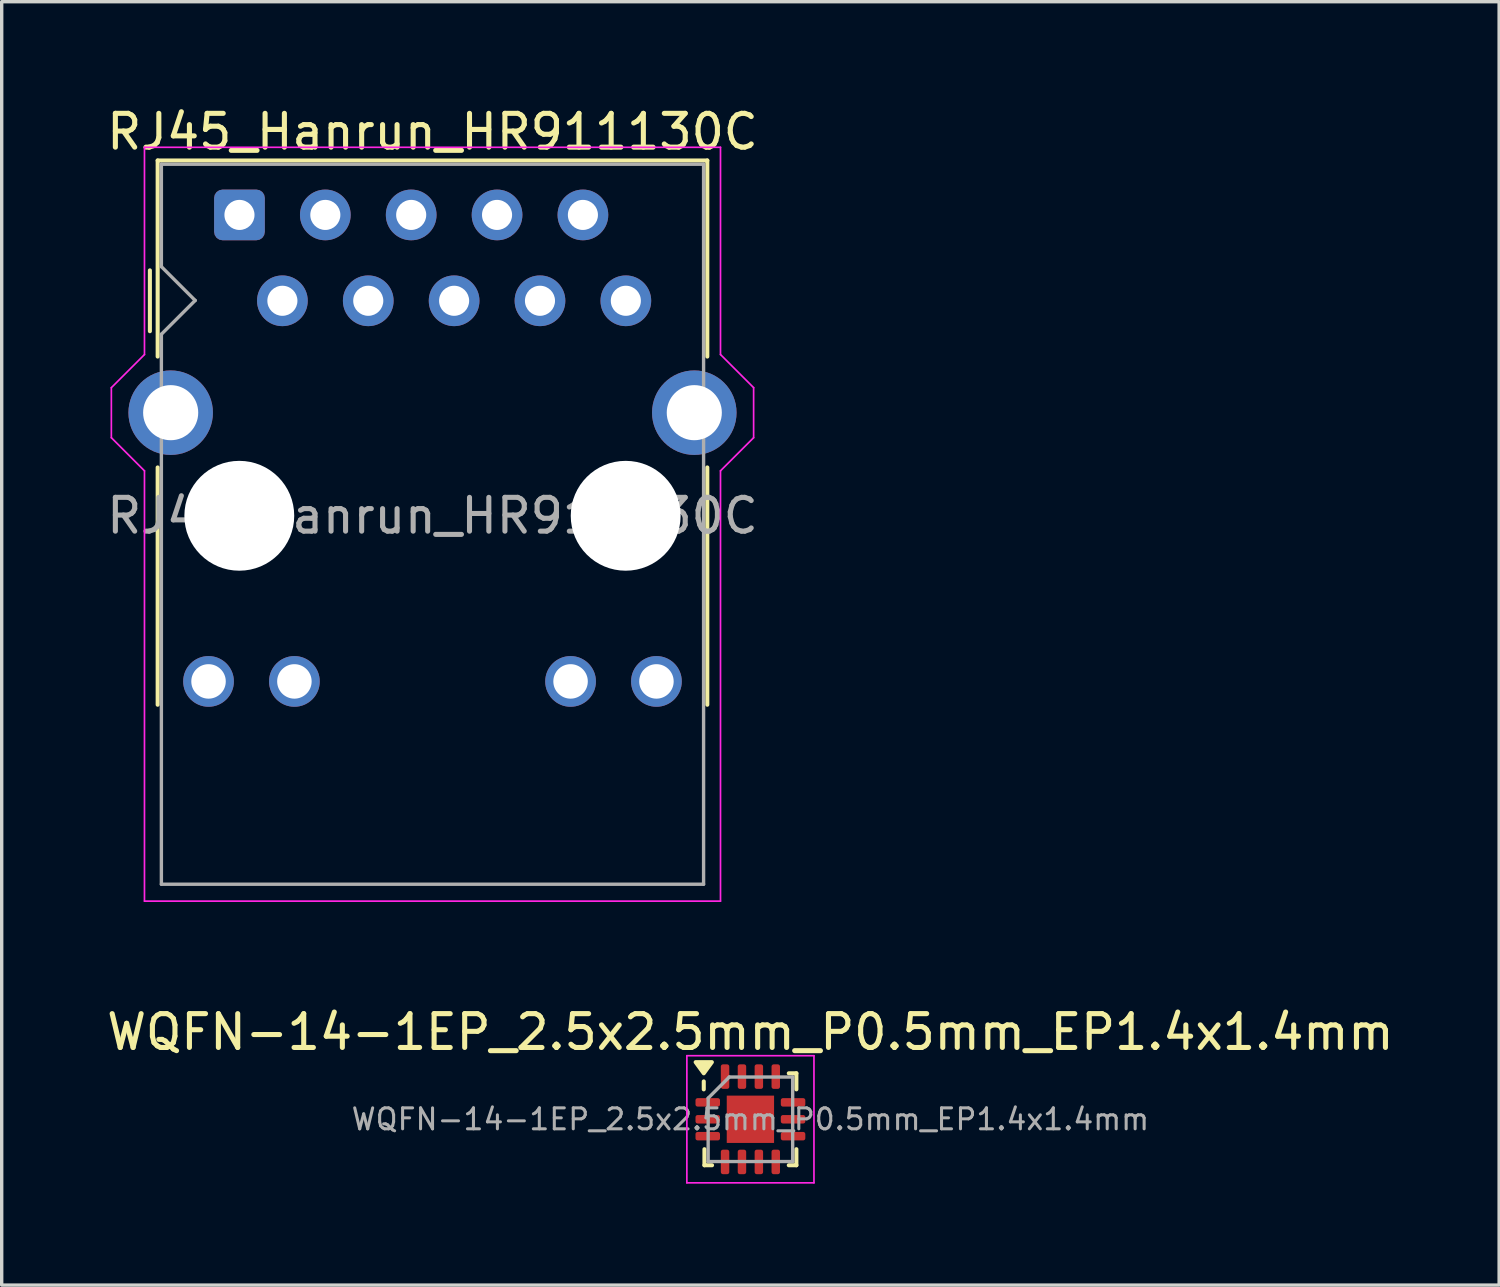
<source format=kicad_pcb>
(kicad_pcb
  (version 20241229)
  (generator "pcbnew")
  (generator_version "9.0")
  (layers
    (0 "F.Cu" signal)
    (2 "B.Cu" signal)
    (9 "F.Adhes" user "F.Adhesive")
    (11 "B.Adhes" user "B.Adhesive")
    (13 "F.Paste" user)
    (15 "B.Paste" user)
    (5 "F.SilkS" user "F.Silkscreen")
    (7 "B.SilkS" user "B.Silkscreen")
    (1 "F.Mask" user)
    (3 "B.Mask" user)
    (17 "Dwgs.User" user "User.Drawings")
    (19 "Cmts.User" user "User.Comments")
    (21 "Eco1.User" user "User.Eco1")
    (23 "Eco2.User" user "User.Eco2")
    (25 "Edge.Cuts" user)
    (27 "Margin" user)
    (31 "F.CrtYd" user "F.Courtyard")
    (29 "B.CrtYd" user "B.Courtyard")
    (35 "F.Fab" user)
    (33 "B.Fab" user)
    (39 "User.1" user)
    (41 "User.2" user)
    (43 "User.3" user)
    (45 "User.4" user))
  (footprint "RJ45_Hanrun_HR911130C"
    (layer "F.Cu")
    (at 5.304 5.848)
    (property "Reference" "RJ45_Hanrun_HR911130C" (at 4.44 -5 0) (layer "F.SilkS") (effects (font (size 1 1) (thickness 0.15))))
    (attr through_hole)
    (fp_line (start -3.92 -0.9) (end -3.92 0.9) (stroke (width 0.12) (type default)) (layer "F.SilkS"))
    (fp_line (start -3.69 -4.15) (end -3.69 1.65) (stroke (width 0.12) (type solid)) (layer "F.SilkS"))
    (fp_line (start -3.69 -4.15) (end 12.57 -4.15) (stroke (width 0.12) (type solid)) (layer "F.SilkS"))
    (fp_line (start -3.69 4.93) (end -3.69 11.95) (stroke (width 0.12) (type solid)) (layer "F.SilkS"))
    (fp_line (start 12.57 -4.15) (end 12.57 1.65) (stroke (width 0.12) (type solid)) (layer "F.SilkS"))
    (fp_line (start 12.57 4.93) (end 12.57 11.95) (stroke (width 0.12) (type solid)) (layer "F.SilkS"))
    (fp_line (start -5.06 2.57) (end -5.06 4.05) (stroke (width 0.05) (type solid)) (layer "F.CrtYd"))
    (fp_line (start -5.06 2.57) (end -4.08 1.59) (stroke (width 0.05) (type solid)) (layer "F.CrtYd"))
    (fp_line (start -5.06 4.05) (end -4.08 5.03) (stroke (width 0.05) (type solid)) (layer "F.CrtYd"))
    (fp_line (start -4.08 -4.54) (end -4.08 1.59) (stroke (width 0.05) (type solid)) (layer "F.CrtYd"))
    (fp_line (start -4.08 -4.54) (end 12.96 -4.54) (stroke (width 0.05) (type solid)) (layer "F.CrtYd"))
    (fp_line (start -4.08 5.03) (end -4.08 17.76) (stroke (width 0.05) (type solid)) (layer "F.CrtYd"))
    (fp_line (start -4.08 17.76) (end 12.96 17.76) (stroke (width 0.05) (type solid)) (layer "F.CrtYd"))
    (fp_line (start 12.96 -4.54) (end 12.96 1.59) (stroke (width 0.05) (type solid)) (layer "F.CrtYd"))
    (fp_line (start 12.96 5.03) (end 12.96 17.76) (stroke (width 0.05) (type solid)) (layer "F.CrtYd"))
    (fp_line (start 13.94 2.57) (end 12.96 1.59) (stroke (width 0.05) (type solid)) (layer "F.CrtYd"))
    (fp_line (start 13.94 4.05) (end 12.96 5.03) (stroke (width 0.05) (type solid)) (layer "F.CrtYd"))
    (fp_line (start 13.94 4.05) (end 13.94 2.57) (stroke (width 0.05) (type solid)) (layer "F.CrtYd"))
    (fp_line (start -3.58 -4.04) (end -3.58 -1.01) (stroke (width 0.1) (type solid)) (layer "F.Fab"))
    (fp_line (start -3.58 -4.04) (end 12.46 -4.04) (stroke (width 0.1) (type solid)) (layer "F.Fab"))
    (fp_line (start -3.58 0.99) (end -3.58 17.26) (stroke (width 0.1) (type solid)) (layer "F.Fab"))
    (fp_line (start -3.58 17.26) (end 12.46 17.26) (stroke (width 0.1) (type solid)) (layer "F.Fab"))
    (fp_line (start -2.58 -0.01) (end -3.58 -1.01) (stroke (width 0.1) (type solid)) (layer "F.Fab"))
    (fp_line (start -2.58 -0.01) (end -3.58 0.99) (stroke (width 0.1) (type solid)) (layer "F.Fab"))
    (fp_line (start 12.46 -4.04) (end 12.46 17.26) (stroke (width 0.1) (type solid)) (layer "F.Fab"))
    (fp_text user "${REFERENCE}" (at 4.44 6.36 0) (layer "F.Fab") (effects (font (size 1 1) (thickness 0.15))))
    (pad "" np_thru_hole circle (at -1.275 6.36) (size 3.25 3.25) (drill 3.25) (layers "*.Cu" "*.Mask"))
    (pad "" np_thru_hole circle (at 10.155 6.36) (size 3.25 3.25) (drill 3.25) (layers "*.Cu" "*.Mask"))
    (pad "1" thru_hole roundrect (at -1.27 -2.54) (size 1.5 1.5) (drill 0.89) (layers "*.Cu" "*.Mask") (roundrect_rratio 0.167))
    (pad "2" thru_hole circle (at 0 0) (size 1.5 1.5) (drill 0.89) (layers "*.Cu" "*.Mask"))
    (pad "3" thru_hole circle (at 1.27 -2.54) (size 1.5 1.5) (drill 0.89) (layers "*.Cu" "*.Mask"))
    (pad "4" thru_hole circle (at 2.54 0) (size 1.5 1.5) (drill 0.89) (layers "*.Cu" "*.Mask"))
    (pad "5" thru_hole circle (at 3.81 -2.54) (size 1.5 1.5) (drill 0.89) (layers "*.Cu" "*.Mask"))
    (pad "6" thru_hole circle (at 5.08 0) (size 1.5 1.5) (drill 0.89) (layers "*.Cu" "*.Mask"))
    (pad "7" thru_hole circle (at 6.35 -2.54) (size 1.5 1.5) (drill 0.89) (layers "*.Cu" "*.Mask"))
    (pad "8" thru_hole circle (at 7.62 0) (size 1.5 1.5) (drill 0.89) (layers "*.Cu" "*.Mask"))
    (pad "9" thru_hole circle (at 8.89 -2.54) (size 1.5 1.5) (drill 0.89) (layers "*.Cu" "*.Mask"))
    (pad "10" thru_hole circle (at 10.16 0) (size 1.5 1.5) (drill 0.89) (layers "*.Cu" "*.Mask"))
    (pad "11" thru_hole circle (at -2.185 11.26) (size 1.5 1.5) (drill 1.02) (layers "*.Cu" "*.Mask"))
    (pad "12" thru_hole circle (at 0.355 11.26) (size 1.5 1.5) (drill 1.02) (layers "*.Cu" "*.Mask"))
    (pad "13" thru_hole circle (at 8.525 11.26) (size 1.5 1.5) (drill 1.02) (layers "*.Cu" "*.Mask"))
    (pad "14" thru_hole circle (at 11.065 11.26) (size 1.5 1.5) (drill 1.02) (layers "*.Cu" "*.Mask"))
    (pad "SH" thru_hole circle (at -3.305 3.31) (size 2.5 2.5) (drill 1.63) (layers "*.Cu" "*.Mask"))
    (pad "SH" thru_hole circle (at 12.185 3.31) (size 2.5 2.5) (drill 1.63) (layers "*.Cu" "*.Mask")))
  (footprint "WQFN-14-1EP_2.5x2.5mm_P0.5mm_EP1.4x1.4mm"
    (layer "F.Cu")
    (at 19.149 30.061)
    (property "Reference" "WQFN-14-1EP_2.5x2.5mm_P0.5mm_EP1.4x1.4mm" (at 0 -2.58 0) (layer "F.SilkS") (effects (font (size 1 1) (thickness 0.15))))
    (attr smd)
    (fp_line (start -1.38 -0.885) (end -1.38 -1.12) (stroke (width 0.12) (type solid)) (layer "F.SilkS"))
    (fp_line (start -1.36 1.36) (end -1.36 0.885) (stroke (width 0.12) (type solid)) (layer "F.SilkS"))
    (fp_line (start -1.135 1.36) (end -1.36 1.36) (stroke (width 0.12) (type solid)) (layer "F.SilkS"))
    (fp_line (start 1.135 -1.36) (end 1.36 -1.36) (stroke (width 0.12) (type solid)) (layer "F.SilkS"))
    (fp_line (start 1.135 1.36) (end 1.36 1.36) (stroke (width 0.12) (type solid)) (layer "F.SilkS"))
    (fp_line (start 1.36 -1.36) (end 1.36 -0.885) (stroke (width 0.12) (type solid)) (layer "F.SilkS"))
    (fp_line (start 1.36 1.36) (end 1.36 0.885) (stroke (width 0.12) (type solid)) (layer "F.SilkS"))
    (fp_poly (pts (xy -1.38 -1.36) (xy -1.62 -1.69) (xy -1.14 -1.69) (xy -1.38 -1.36)) (stroke (width 0.12) (type solid)) (fill yes) (layer "F.SilkS"))
    (fp_line (start -1.88 -1.88) (end -1.88 1.88) (stroke (width 0.05) (type solid)) (layer "F.CrtYd"))
    (fp_line (start -1.88 1.88) (end 1.88 1.88) (stroke (width 0.05) (type solid)) (layer "F.CrtYd"))
    (fp_line (start 1.88 -1.88) (end -1.88 -1.88) (stroke (width 0.05) (type solid)) (layer "F.CrtYd"))
    (fp_line (start 1.88 1.88) (end 1.88 -1.88) (stroke (width 0.05) (type solid)) (layer "F.CrtYd"))
    (fp_line (start -1.25 -0.625) (end -0.625 -1.25) (stroke (width 0.1) (type solid)) (layer "F.Fab"))
    (fp_line (start -1.25 1.25) (end -1.25 -0.625) (stroke (width 0.1) (type solid)) (layer "F.Fab"))
    (fp_line (start -0.625 -1.25) (end 1.25 -1.25) (stroke (width 0.1) (type solid)) (layer "F.Fab"))
    (fp_line (start 1.25 -1.25) (end 1.25 1.25) (stroke (width 0.1) (type solid)) (layer "F.Fab"))
    (fp_line (start 1.25 1.25) (end -1.25 1.25) (stroke (width 0.1) (type solid)) (layer "F.Fab"))
    (fp_text user "${REFERENCE}" (at 0 0 0) (layer "F.Fab") (effects (font (size 0.62 0.62) (thickness 0.09))))
    (pad "" smd roundrect (at -0.35 -0.35) (size 0.56 0.56) (layers "F.Paste") (roundrect_rratio 0.25))
    (pad "" smd roundrect (at -0.35 0.35) (size 0.56 0.56) (layers "F.Paste") (roundrect_rratio 0.25))
    (pad "" smd roundrect (at 0.35 -0.35) (size 0.56 0.56) (layers "F.Paste") (roundrect_rratio 0.25))
    (pad "" smd roundrect (at 0.35 0.35) (size 0.56 0.56) (layers "F.Paste") (roundrect_rratio 0.25))
    (pad "1" smd roundrect (at -1.262 -0.5) (size 0.725 0.25) (layers "F.Cu" "F.Mask" "F.Paste") (roundrect_rratio 0.25))
    (pad "2" smd roundrect (at -1.262 0) (size 0.725 0.25) (layers "F.Cu" "F.Mask" "F.Paste") (roundrect_rratio 0.25))
    (pad "3" smd roundrect (at -1.262 0.5) (size 0.725 0.25) (layers "F.Cu" "F.Mask" "F.Paste") (roundrect_rratio 0.25))
    (pad "4" smd roundrect (at -0.75 1.262) (size 0.25 0.725) (layers "F.Cu" "F.Mask" "F.Paste") (roundrect_rratio 0.25))
    (pad "5" smd roundrect (at -0.25 1.262) (size 0.25 0.725) (layers "F.Cu" "F.Mask" "F.Paste") (roundrect_rratio 0.25))
    (pad "6" smd roundrect (at 0.25 1.262) (size 0.25 0.725) (layers "F.Cu" "F.Mask" "F.Paste") (roundrect_rratio 0.25))
    (pad "7" smd roundrect (at 0.75 1.262) (size 0.25 0.725) (layers "F.Cu" "F.Mask" "F.Paste") (roundrect_rratio 0.25))
    (pad "8" smd roundrect (at 1.262 0.5) (size 0.725 0.25) (layers "F.Cu" "F.Mask" "F.Paste") (roundrect_rratio 0.25))
    (pad "9" smd roundrect (at 1.262 0) (size 0.725 0.25) (layers "F.Cu" "F.Mask" "F.Paste") (roundrect_rratio 0.25))
    (pad "10" smd roundrect (at 1.262 -0.5) (size 0.725 0.25) (layers "F.Cu" "F.Mask" "F.Paste") (roundrect_rratio 0.25))
    (pad "11" smd roundrect (at 0.75 -1.262) (size 0.25 0.725) (layers "F.Cu" "F.Mask" "F.Paste") (roundrect_rratio 0.25))
    (pad "12" smd roundrect (at 0.25 -1.262) (size 0.25 0.725) (layers "F.Cu" "F.Mask" "F.Paste") (roundrect_rratio 0.25))
    (pad "13" smd roundrect (at -0.25 -1.262) (size 0.25 0.725) (layers "F.Cu" "F.Mask" "F.Paste") (roundrect_rratio 0.25))
    (pad "14" smd roundrect (at -0.75 -1.262) (size 0.25 0.725) (layers "F.Cu" "F.Mask" "F.Paste") (roundrect_rratio 0.25))
    (pad "15" smd rect (at 0 0) (size 1.4 1.4) (property pad_prop_heatsink) (layers "F.Cu" "F.Mask")))
  (gr_rect
    (start -3 -3)
    (end 41.298 34.967)
    (stroke (width 0.1) (type default))
    (fill no)
    (layer "Edge.Cuts")))
</source>
